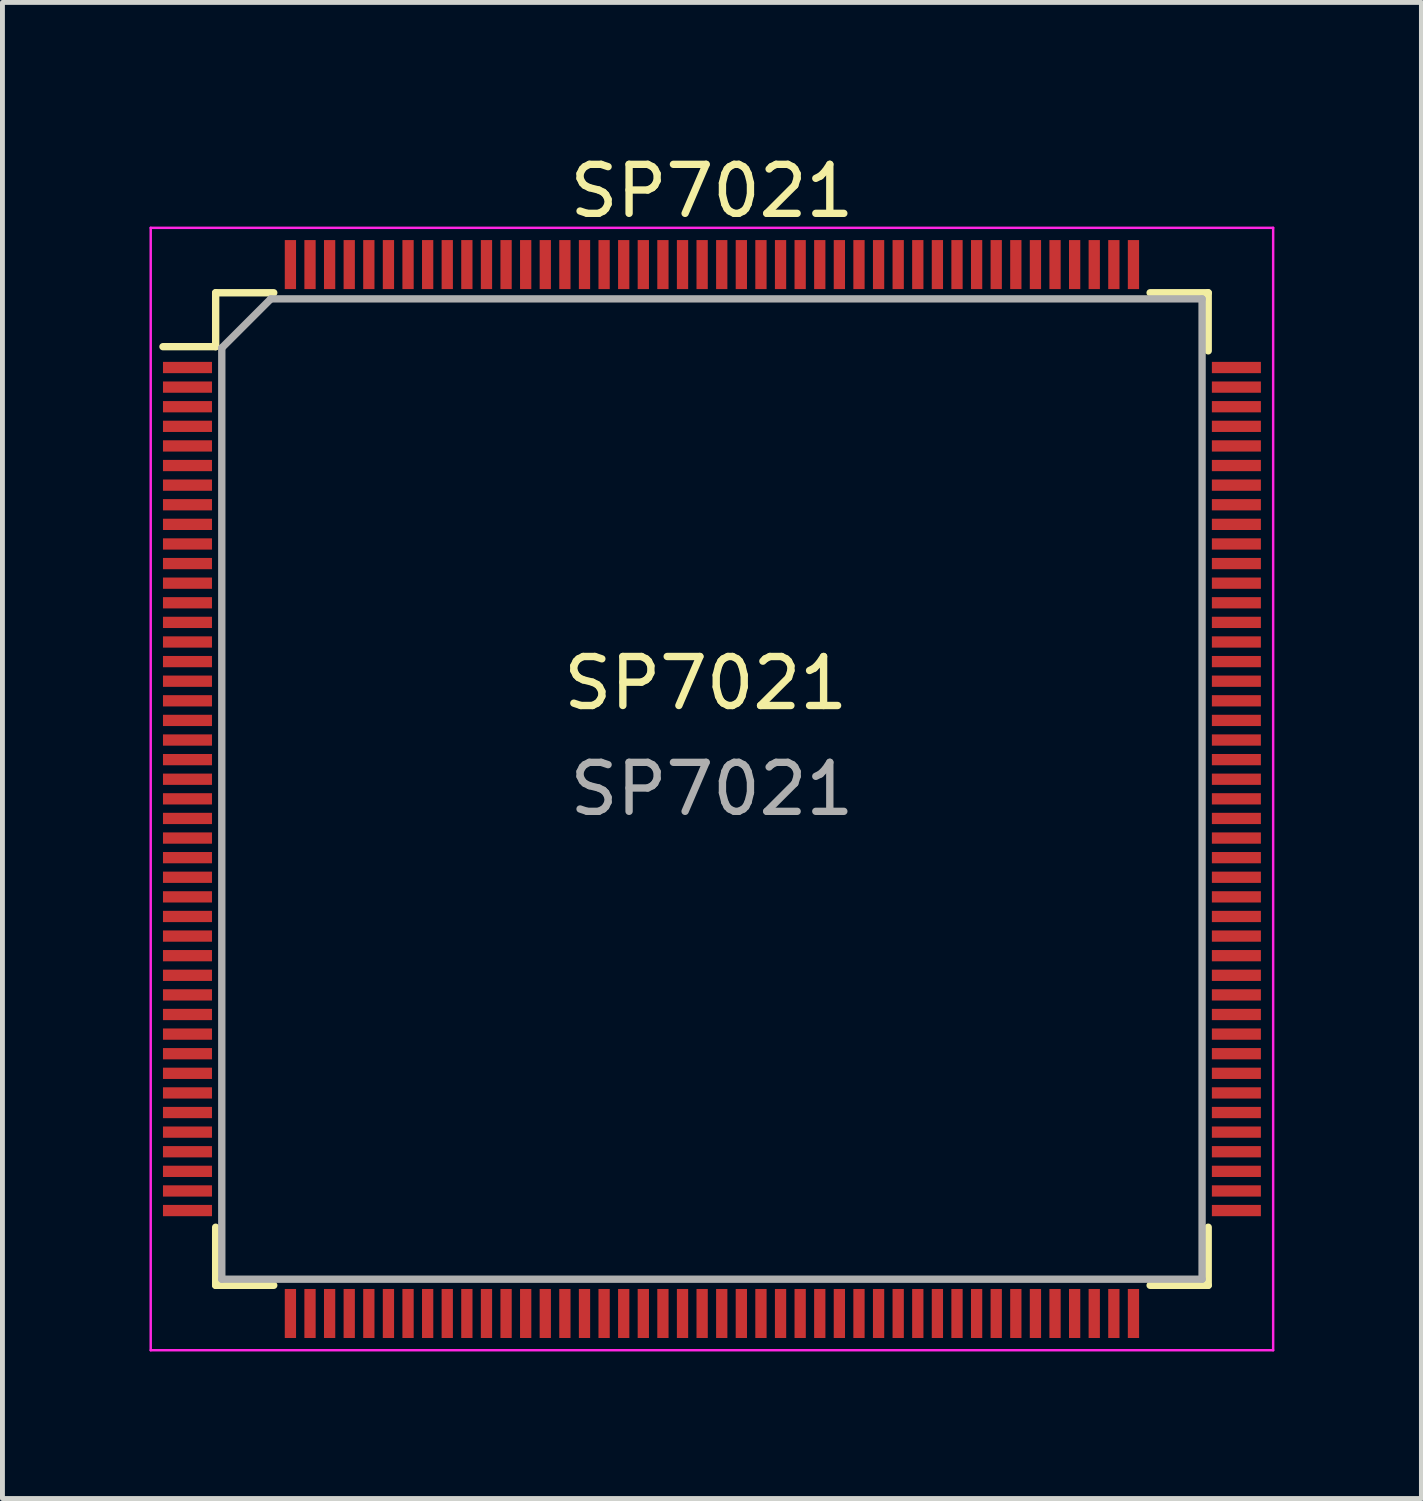
<source format=kicad_pcb>
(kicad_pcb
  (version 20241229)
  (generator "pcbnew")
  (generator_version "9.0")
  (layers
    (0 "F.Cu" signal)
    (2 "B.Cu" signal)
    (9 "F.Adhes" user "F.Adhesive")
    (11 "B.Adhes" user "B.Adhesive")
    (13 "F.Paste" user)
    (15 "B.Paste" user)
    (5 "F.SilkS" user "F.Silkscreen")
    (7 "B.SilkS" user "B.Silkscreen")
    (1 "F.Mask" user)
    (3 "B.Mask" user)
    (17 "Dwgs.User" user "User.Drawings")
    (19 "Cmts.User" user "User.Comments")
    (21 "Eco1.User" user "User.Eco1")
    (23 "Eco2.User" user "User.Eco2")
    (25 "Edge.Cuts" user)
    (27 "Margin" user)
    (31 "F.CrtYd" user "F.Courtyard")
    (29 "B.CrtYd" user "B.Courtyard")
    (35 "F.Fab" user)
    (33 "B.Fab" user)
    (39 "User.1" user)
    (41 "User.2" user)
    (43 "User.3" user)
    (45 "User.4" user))
  (footprint "SP7021"
    (layer "F.Cu")
    (at 11.475 13.048)
    (property "Reference" "SP7021" (at 0 -12.2 0) (layer "F.SilkS") (effects (font (size 1 1) (thickness 0.15))))
    (attr smd)
    (fp_line (start -10.125 -10.125) (end -10.125 -9.025) (stroke (width 0.15) (type solid)) (layer "F.SilkS"))
    (fp_line (start -10.125 -10.125) (end -8.94 -10.125) (stroke (width 0.15) (type solid)) (layer "F.SilkS"))
    (fp_line (start -10.125 -9.025) (end -11.2 -9.025) (stroke (width 0.15) (type solid)) (layer "F.SilkS"))
    (fp_line (start -10.125 10.125) (end -10.125 8.94) (stroke (width 0.15) (type solid)) (layer "F.SilkS"))
    (fp_line (start -10.125 10.125) (end -8.94 10.125) (stroke (width 0.15) (type solid)) (layer "F.SilkS"))
    (fp_line (start 10.125 -10.125) (end 8.94 -10.125) (stroke (width 0.15) (type solid)) (layer "F.SilkS"))
    (fp_line (start 10.125 -10.125) (end 10.125 -8.94) (stroke (width 0.15) (type solid)) (layer "F.SilkS"))
    (fp_line (start 10.125 10.125) (end 8.94 10.125) (stroke (width 0.15) (type solid)) (layer "F.SilkS"))
    (fp_line (start 10.125 10.125) (end 10.125 8.94) (stroke (width 0.15) (type solid)) (layer "F.SilkS"))
    (fp_line (start -11.45 -11.45) (end -11.45 11.45) (stroke (width 0.05) (type solid)) (layer "F.CrtYd"))
    (fp_line (start -11.45 -11.45) (end 11.45 -11.45) (stroke (width 0.05) (type solid)) (layer "F.CrtYd"))
    (fp_line (start -11.45 11.45) (end 11.45 11.45) (stroke (width 0.05) (type solid)) (layer "F.CrtYd"))
    (fp_line (start 11.45 -11.45) (end 11.45 11.45) (stroke (width 0.05) (type solid)) (layer "F.CrtYd"))
    (fp_line (start -10 -9) (end -9 -10) (stroke (width 0.15) (type solid)) (layer "F.Fab"))
    (fp_line (start -10 10) (end -10 -9) (stroke (width 0.15) (type solid)) (layer "F.Fab"))
    (fp_line (start -9 -10) (end 10 -10) (stroke (width 0.15) (type solid)) (layer "F.Fab"))
    (fp_line (start 10 -10) (end 10 10) (stroke (width 0.15) (type solid)) (layer "F.Fab"))
    (fp_line (start 10 10) (end -10 10) (stroke (width 0.15) (type solid)) (layer "F.Fab"))
    (fp_text user "SP7021" (at -0.127 -2.159 0) (layer "F.SilkS") (effects (font (size 1 1) (thickness 0.15))))
    (fp_text user "${REFERENCE}" (at 0 0 0) (layer "F.Fab") (effects (font (size 1 1) (thickness 0.15))))
    (pad "1" smd rect (at -10.7 -8.6) (size 1 0.23) (layers "F.Cu" "F.Mask" "F.Paste"))
    (pad "2" smd rect (at -10.7 -8.2) (size 1 0.23) (layers "F.Cu" "F.Mask" "F.Paste"))
    (pad "3" smd rect (at -10.7 -7.8) (size 1 0.23) (layers "F.Cu" "F.Mask" "F.Paste"))
    (pad "4" smd rect (at -10.7 -7.4) (size 1 0.23) (layers "F.Cu" "F.Mask" "F.Paste"))
    (pad "5" smd rect (at -10.7 -7) (size 1 0.23) (layers "F.Cu" "F.Mask" "F.Paste"))
    (pad "6" smd rect (at -10.7 -6.6) (size 1 0.23) (layers "F.Cu" "F.Mask" "F.Paste"))
    (pad "7" smd rect (at -10.7 -6.2) (size 1 0.23) (layers "F.Cu" "F.Mask" "F.Paste"))
    (pad "8" smd rect (at -10.7 -5.8) (size 1 0.23) (layers "F.Cu" "F.Mask" "F.Paste"))
    (pad "9" smd rect (at -10.7 -5.4) (size 1 0.23) (layers "F.Cu" "F.Mask" "F.Paste"))
    (pad "10" smd rect (at -10.7 -5) (size 1 0.23) (layers "F.Cu" "F.Mask" "F.Paste"))
    (pad "11" smd rect (at -10.7 -4.6) (size 1 0.23) (layers "F.Cu" "F.Mask" "F.Paste"))
    (pad "12" smd rect (at -10.7 -4.2) (size 1 0.23) (layers "F.Cu" "F.Mask" "F.Paste"))
    (pad "13" smd rect (at -10.7 -3.8) (size 1 0.23) (layers "F.Cu" "F.Mask" "F.Paste"))
    (pad "14" smd rect (at -10.7 -3.4) (size 1 0.23) (layers "F.Cu" "F.Mask" "F.Paste"))
    (pad "15" smd rect (at -10.7 -3) (size 1 0.23) (layers "F.Cu" "F.Mask" "F.Paste"))
    (pad "16" smd rect (at -10.7 -2.6) (size 1 0.23) (layers "F.Cu" "F.Mask" "F.Paste"))
    (pad "17" smd rect (at -10.7 -2.2) (size 1 0.23) (layers "F.Cu" "F.Mask" "F.Paste"))
    (pad "18" smd rect (at -10.7 -1.8) (size 1 0.23) (layers "F.Cu" "F.Mask" "F.Paste"))
    (pad "19" smd rect (at -10.7 -1.4) (size 1 0.23) (layers "F.Cu" "F.Mask" "F.Paste"))
    (pad "20" smd rect (at -10.7 -1) (size 1 0.23) (layers "F.Cu" "F.Mask" "F.Paste"))
    (pad "21" smd rect (at -10.7 -0.6) (size 1 0.23) (layers "F.Cu" "F.Mask" "F.Paste"))
    (pad "22" smd rect (at -10.7 -0.2) (size 1 0.23) (layers "F.Cu" "F.Mask" "F.Paste"))
    (pad "23" smd rect (at -10.7 0.2) (size 1 0.23) (layers "F.Cu" "F.Mask" "F.Paste"))
    (pad "24" smd rect (at -10.7 0.6) (size 1 0.23) (layers "F.Cu" "F.Mask" "F.Paste"))
    (pad "25" smd rect (at -10.7 1) (size 1 0.23) (layers "F.Cu" "F.Mask" "F.Paste"))
    (pad "26" smd rect (at -10.7 1.4) (size 1 0.23) (layers "F.Cu" "F.Mask" "F.Paste"))
    (pad "27" smd rect (at -10.7 1.8) (size 1 0.23) (layers "F.Cu" "F.Mask" "F.Paste"))
    (pad "28" smd rect (at -10.7 2.2) (size 1 0.23) (layers "F.Cu" "F.Mask" "F.Paste"))
    (pad "29" smd rect (at -10.7 2.6) (size 1 0.23) (layers "F.Cu" "F.Mask" "F.Paste"))
    (pad "30" smd rect (at -10.7 3) (size 1 0.23) (layers "F.Cu" "F.Mask" "F.Paste"))
    (pad "31" smd rect (at -10.7 3.4) (size 1 0.23) (layers "F.Cu" "F.Mask" "F.Paste"))
    (pad "32" smd rect (at -10.7 3.8) (size 1 0.23) (layers "F.Cu" "F.Mask" "F.Paste"))
    (pad "33" smd rect (at -10.7 4.2) (size 1 0.23) (layers "F.Cu" "F.Mask" "F.Paste"))
    (pad "34" smd rect (at -10.7 4.6) (size 1 0.23) (layers "F.Cu" "F.Mask" "F.Paste"))
    (pad "35" smd rect (at -10.7 5) (size 1 0.23) (layers "F.Cu" "F.Mask" "F.Paste"))
    (pad "36" smd rect (at -10.7 5.4) (size 1 0.23) (layers "F.Cu" "F.Mask" "F.Paste"))
    (pad "37" smd rect (at -10.7 5.8) (size 1 0.23) (layers "F.Cu" "F.Mask" "F.Paste"))
    (pad "38" smd rect (at -10.7 6.2) (size 1 0.23) (layers "F.Cu" "F.Mask" "F.Paste"))
    (pad "39" smd rect (at -10.7 6.6) (size 1 0.23) (layers "F.Cu" "F.Mask" "F.Paste"))
    (pad "40" smd rect (at -10.7 7) (size 1 0.23) (layers "F.Cu" "F.Mask" "F.Paste"))
    (pad "41" smd rect (at -10.7 7.4) (size 1 0.23) (layers "F.Cu" "F.Mask" "F.Paste"))
    (pad "42" smd rect (at -10.7 7.8) (size 1 0.23) (layers "F.Cu" "F.Mask" "F.Paste"))
    (pad "43" smd rect (at -10.7 8.2) (size 1 0.23) (layers "F.Cu" "F.Mask" "F.Paste"))
    (pad "44" smd rect (at -10.7 8.6) (size 1 0.23) (layers "F.Cu" "F.Mask" "F.Paste"))
    (pad "45" smd rect (at -8.6 10.7 90) (size 1 0.23) (layers "F.Cu" "F.Mask" "F.Paste"))
    (pad "46" smd rect (at -8.2 10.7 90) (size 1 0.23) (layers "F.Cu" "F.Mask" "F.Paste"))
    (pad "47" smd rect (at -7.8 10.7 90) (size 1 0.23) (layers "F.Cu" "F.Mask" "F.Paste"))
    (pad "48" smd rect (at -7.4 10.7 90) (size 1 0.23) (layers "F.Cu" "F.Mask" "F.Paste"))
    (pad "49" smd rect (at -7 10.7 90) (size 1 0.23) (layers "F.Cu" "F.Mask" "F.Paste"))
    (pad "50" smd rect (at -6.6 10.7 90) (size 1 0.23) (layers "F.Cu" "F.Mask" "F.Paste"))
    (pad "51" smd rect (at -6.2 10.7 90) (size 1 0.23) (layers "F.Cu" "F.Mask" "F.Paste"))
    (pad "52" smd rect (at -5.8 10.7 90) (size 1 0.23) (layers "F.Cu" "F.Mask" "F.Paste"))
    (pad "53" smd rect (at -5.4 10.7 90) (size 1 0.23) (layers "F.Cu" "F.Mask" "F.Paste"))
    (pad "54" smd rect (at -5 10.7 90) (size 1 0.23) (layers "F.Cu" "F.Mask" "F.Paste"))
    (pad "55" smd rect (at -4.6 10.7 90) (size 1 0.23) (layers "F.Cu" "F.Mask" "F.Paste"))
    (pad "56" smd rect (at -4.2 10.7 90) (size 1 0.23) (layers "F.Cu" "F.Mask" "F.Paste"))
    (pad "57" smd rect (at -3.8 10.7 90) (size 1 0.23) (layers "F.Cu" "F.Mask" "F.Paste"))
    (pad "58" smd rect (at -3.4 10.7 90) (size 1 0.23) (layers "F.Cu" "F.Mask" "F.Paste"))
    (pad "59" smd rect (at -3 10.7 90) (size 1 0.23) (layers "F.Cu" "F.Mask" "F.Paste"))
    (pad "60" smd rect (at -2.6 10.7 90) (size 1 0.23) (layers "F.Cu" "F.Mask" "F.Paste"))
    (pad "61" smd rect (at -2.2 10.7 90) (size 1 0.23) (layers "F.Cu" "F.Mask" "F.Paste"))
    (pad "62" smd rect (at -1.8 10.7 90) (size 1 0.23) (layers "F.Cu" "F.Mask" "F.Paste"))
    (pad "63" smd rect (at -1.4 10.7 90) (size 1 0.23) (layers "F.Cu" "F.Mask" "F.Paste"))
    (pad "64" smd rect (at -1 10.7 90) (size 1 0.23) (layers "F.Cu" "F.Mask" "F.Paste"))
    (pad "65" smd rect (at -0.6 10.7 90) (size 1 0.23) (layers "F.Cu" "F.Mask" "F.Paste"))
    (pad "66" smd rect (at -0.2 10.7 90) (size 1 0.23) (layers "F.Cu" "F.Mask" "F.Paste"))
    (pad "67" smd rect (at 0.2 10.7 90) (size 1 0.23) (layers "F.Cu" "F.Mask" "F.Paste"))
    (pad "68" smd rect (at 0.6 10.7 90) (size 1 0.23) (layers "F.Cu" "F.Mask" "F.Paste"))
    (pad "69" smd rect (at 1 10.7 90) (size 1 0.23) (layers "F.Cu" "F.Mask" "F.Paste"))
    (pad "70" smd rect (at 1.4 10.7 90) (size 1 0.23) (layers "F.Cu" "F.Mask" "F.Paste"))
    (pad "71" smd rect (at 1.8 10.7 90) (size 1 0.23) (layers "F.Cu" "F.Mask" "F.Paste"))
    (pad "72" smd rect (at 2.2 10.7 90) (size 1 0.23) (layers "F.Cu" "F.Mask" "F.Paste"))
    (pad "73" smd rect (at 2.6 10.7 90) (size 1 0.23) (layers "F.Cu" "F.Mask" "F.Paste"))
    (pad "74" smd rect (at 3 10.7 90) (size 1 0.23) (layers "F.Cu" "F.Mask" "F.Paste"))
    (pad "75" smd rect (at 3.4 10.7 90) (size 1 0.23) (layers "F.Cu" "F.Mask" "F.Paste"))
    (pad "76" smd rect (at 3.8 10.7 90) (size 1 0.23) (layers "F.Cu" "F.Mask" "F.Paste"))
    (pad "77" smd rect (at 4.2 10.7 90) (size 1 0.23) (layers "F.Cu" "F.Mask" "F.Paste"))
    (pad "78" smd rect (at 4.6 10.7 90) (size 1 0.23) (layers "F.Cu" "F.Mask" "F.Paste"))
    (pad "79" smd rect (at 5 10.7 90) (size 1 0.23) (layers "F.Cu" "F.Mask" "F.Paste"))
    (pad "80" smd rect (at 5.4 10.7 90) (size 1 0.23) (layers "F.Cu" "F.Mask" "F.Paste"))
    (pad "81" smd rect (at 5.8 10.7 90) (size 1 0.23) (layers "F.Cu" "F.Mask" "F.Paste"))
    (pad "82" smd rect (at 6.2 10.7 90) (size 1 0.23) (layers "F.Cu" "F.Mask" "F.Paste"))
    (pad "83" smd rect (at 6.6 10.7 90) (size 1 0.23) (layers "F.Cu" "F.Mask" "F.Paste"))
    (pad "84" smd rect (at 7 10.7 90) (size 1 0.23) (layers "F.Cu" "F.Mask" "F.Paste"))
    (pad "85" smd rect (at 7.4 10.7 90) (size 1 0.23) (layers "F.Cu" "F.Mask" "F.Paste"))
    (pad "86" smd rect (at 7.8 10.7 90) (size 1 0.23) (layers "F.Cu" "F.Mask" "F.Paste"))
    (pad "87" smd rect (at 8.2 10.7 90) (size 1 0.23) (layers "F.Cu" "F.Mask" "F.Paste"))
    (pad "88" smd rect (at 8.6 10.7 90) (size 1 0.23) (layers "F.Cu" "F.Mask" "F.Paste"))
    (pad "89" smd rect (at 10.7 8.6) (size 1 0.23) (layers "F.Cu" "F.Mask" "F.Paste"))
    (pad "90" smd rect (at 10.7 8.2) (size 1 0.23) (layers "F.Cu" "F.Mask" "F.Paste"))
    (pad "91" smd rect (at 10.7 7.8) (size 1 0.23) (layers "F.Cu" "F.Mask" "F.Paste"))
    (pad "92" smd rect (at 10.7 7.4) (size 1 0.23) (layers "F.Cu" "F.Mask" "F.Paste"))
    (pad "93" smd rect (at 10.7 7) (size 1 0.23) (layers "F.Cu" "F.Mask" "F.Paste"))
    (pad "94" smd rect (at 10.7 6.6) (size 1 0.23) (layers "F.Cu" "F.Mask" "F.Paste"))
    (pad "95" smd rect (at 10.7 6.2) (size 1 0.23) (layers "F.Cu" "F.Mask" "F.Paste"))
    (pad "96" smd rect (at 10.7 5.8) (size 1 0.23) (layers "F.Cu" "F.Mask" "F.Paste"))
    (pad "97" smd rect (at 10.7 5.4) (size 1 0.23) (layers "F.Cu" "F.Mask" "F.Paste"))
    (pad "98" smd rect (at 10.7 5) (size 1 0.23) (layers "F.Cu" "F.Mask" "F.Paste"))
    (pad "99" smd rect (at 10.7 4.6) (size 1 0.23) (layers "F.Cu" "F.Mask" "F.Paste"))
    (pad "100" smd rect (at 10.7 4.2) (size 1 0.23) (layers "F.Cu" "F.Mask" "F.Paste"))
    (pad "101" smd rect (at 10.7 3.8) (size 1 0.23) (layers "F.Cu" "F.Mask" "F.Paste"))
    (pad "102" smd rect (at 10.7 3.4) (size 1 0.23) (layers "F.Cu" "F.Mask" "F.Paste"))
    (pad "103" smd rect (at 10.7 3) (size 1 0.23) (layers "F.Cu" "F.Mask" "F.Paste"))
    (pad "104" smd rect (at 10.7 2.6) (size 1 0.23) (layers "F.Cu" "F.Mask" "F.Paste"))
    (pad "105" smd rect (at 10.7 2.2) (size 1 0.23) (layers "F.Cu" "F.Mask" "F.Paste"))
    (pad "106" smd rect (at 10.7 1.8) (size 1 0.23) (layers "F.Cu" "F.Mask" "F.Paste"))
    (pad "107" smd rect (at 10.7 1.4) (size 1 0.23) (layers "F.Cu" "F.Mask" "F.Paste"))
    (pad "108" smd rect (at 10.7 1) (size 1 0.23) (layers "F.Cu" "F.Mask" "F.Paste"))
    (pad "109" smd rect (at 10.7 0.6) (size 1 0.23) (layers "F.Cu" "F.Mask" "F.Paste"))
    (pad "110" smd rect (at 10.7 0.2) (size 1 0.23) (layers "F.Cu" "F.Mask" "F.Paste"))
    (pad "111" smd rect (at 10.7 -0.2) (size 1 0.23) (layers "F.Cu" "F.Mask" "F.Paste"))
    (pad "112" smd rect (at 10.7 -0.6) (size 1 0.23) (layers "F.Cu" "F.Mask" "F.Paste"))
    (pad "113" smd rect (at 10.7 -1) (size 1 0.23) (layers "F.Cu" "F.Mask" "F.Paste"))
    (pad "114" smd rect (at 10.7 -1.4) (size 1 0.23) (layers "F.Cu" "F.Mask" "F.Paste"))
    (pad "115" smd rect (at 10.7 -1.8) (size 1 0.23) (layers "F.Cu" "F.Mask" "F.Paste"))
    (pad "116" smd rect (at 10.7 -2.2) (size 1 0.23) (layers "F.Cu" "F.Mask" "F.Paste"))
    (pad "117" smd rect (at 10.7 -2.6) (size 1 0.23) (layers "F.Cu" "F.Mask" "F.Paste"))
    (pad "118" smd rect (at 10.7 -3) (size 1 0.23) (layers "F.Cu" "F.Mask" "F.Paste"))
    (pad "119" smd rect (at 10.7 -3.4) (size 1 0.23) (layers "F.Cu" "F.Mask" "F.Paste"))
    (pad "120" smd rect (at 10.7 -3.8) (size 1 0.23) (layers "F.Cu" "F.Mask" "F.Paste"))
    (pad "121" smd rect (at 10.7 -4.2) (size 1 0.23) (layers "F.Cu" "F.Mask" "F.Paste"))
    (pad "122" smd rect (at 10.7 -4.6) (size 1 0.23) (layers "F.Cu" "F.Mask" "F.Paste"))
    (pad "123" smd rect (at 10.7 -5) (size 1 0.23) (layers "F.Cu" "F.Mask" "F.Paste"))
    (pad "124" smd rect (at 10.7 -5.4) (size 1 0.23) (layers "F.Cu" "F.Mask" "F.Paste"))
    (pad "125" smd rect (at 10.7 -5.8) (size 1 0.23) (layers "F.Cu" "F.Mask" "F.Paste"))
    (pad "126" smd rect (at 10.7 -6.2) (size 1 0.23) (layers "F.Cu" "F.Mask" "F.Paste"))
    (pad "127" smd rect (at 10.7 -6.6) (size 1 0.23) (layers "F.Cu" "F.Mask" "F.Paste"))
    (pad "128" smd rect (at 10.7 -7) (size 1 0.23) (layers "F.Cu" "F.Mask" "F.Paste"))
    (pad "129" smd rect (at 10.7 -7.4) (size 1 0.23) (layers "F.Cu" "F.Mask" "F.Paste"))
    (pad "130" smd rect (at 10.7 -7.8) (size 1 0.23) (layers "F.Cu" "F.Mask" "F.Paste"))
    (pad "131" smd rect (at 10.7 -8.2) (size 1 0.23) (layers "F.Cu" "F.Mask" "F.Paste"))
    (pad "132" smd rect (at 10.7 -8.6) (size 1 0.23) (layers "F.Cu" "F.Mask" "F.Paste"))
    (pad "133" smd rect (at 8.6 -10.7 90) (size 1 0.23) (layers "F.Cu" "F.Mask" "F.Paste"))
    (pad "134" smd rect (at 8.2 -10.7 90) (size 1 0.23) (layers "F.Cu" "F.Mask" "F.Paste"))
    (pad "135" smd rect (at 7.8 -10.7 90) (size 1 0.23) (layers "F.Cu" "F.Mask" "F.Paste"))
    (pad "136" smd rect (at 7.4 -10.7 90) (size 1 0.23) (layers "F.Cu" "F.Mask" "F.Paste"))
    (pad "137" smd rect (at 7 -10.7 90) (size 1 0.23) (layers "F.Cu" "F.Mask" "F.Paste"))
    (pad "138" smd rect (at 6.6 -10.7 90) (size 1 0.23) (layers "F.Cu" "F.Mask" "F.Paste"))
    (pad "139" smd rect (at 6.2 -10.7 90) (size 1 0.23) (layers "F.Cu" "F.Mask" "F.Paste"))
    (pad "140" smd rect (at 5.8 -10.7 90) (size 1 0.23) (layers "F.Cu" "F.Mask" "F.Paste"))
    (pad "141" smd rect (at 5.4 -10.7 90) (size 1 0.23) (layers "F.Cu" "F.Mask" "F.Paste"))
    (pad "142" smd rect (at 5 -10.7 90) (size 1 0.23) (layers "F.Cu" "F.Mask" "F.Paste"))
    (pad "143" smd rect (at 4.6 -10.7 90) (size 1 0.23) (layers "F.Cu" "F.Mask" "F.Paste"))
    (pad "144" smd rect (at 4.2 -10.7 90) (size 1 0.23) (layers "F.Cu" "F.Mask" "F.Paste"))
    (pad "145" smd rect (at 3.8 -10.7 90) (size 1 0.23) (layers "F.Cu" "F.Mask" "F.Paste"))
    (pad "146" smd rect (at 3.4 -10.7 90) (size 1 0.23) (layers "F.Cu" "F.Mask" "F.Paste"))
    (pad "147" smd rect (at 3 -10.7 90) (size 1 0.23) (layers "F.Cu" "F.Mask" "F.Paste"))
    (pad "148" smd rect (at 2.6 -10.7 90) (size 1 0.23) (layers "F.Cu" "F.Mask" "F.Paste"))
    (pad "149" smd rect (at 2.2 -10.7 90) (size 1 0.23) (layers "F.Cu" "F.Mask" "F.Paste"))
    (pad "150" smd rect (at 1.8 -10.7 90) (size 1 0.23) (layers "F.Cu" "F.Mask" "F.Paste"))
    (pad "151" smd rect (at 1.4 -10.7 90) (size 1 0.23) (layers "F.Cu" "F.Mask" "F.Paste"))
    (pad "152" smd rect (at 1 -10.7 90) (size 1 0.23) (layers "F.Cu" "F.Mask" "F.Paste"))
    (pad "153" smd rect (at 0.6 -10.7 90) (size 1 0.23) (layers "F.Cu" "F.Mask" "F.Paste"))
    (pad "154" smd rect (at 0.2 -10.7 90) (size 1 0.23) (layers "F.Cu" "F.Mask" "F.Paste"))
    (pad "155" smd rect (at -0.2 -10.7 90) (size 1 0.23) (layers "F.Cu" "F.Mask" "F.Paste"))
    (pad "156" smd rect (at -0.6 -10.7 90) (size 1 0.23) (layers "F.Cu" "F.Mask" "F.Paste"))
    (pad "157" smd rect (at -1 -10.7 90) (size 1 0.23) (layers "F.Cu" "F.Mask" "F.Paste"))
    (pad "158" smd rect (at -1.4 -10.7 90) (size 1 0.23) (layers "F.Cu" "F.Mask" "F.Paste"))
    (pad "159" smd rect (at -1.8 -10.7 90) (size 1 0.23) (layers "F.Cu" "F.Mask" "F.Paste"))
    (pad "160" smd rect (at -2.2 -10.7 90) (size 1 0.23) (layers "F.Cu" "F.Mask" "F.Paste"))
    (pad "161" smd rect (at -2.6 -10.7 90) (size 1 0.23) (layers "F.Cu" "F.Mask" "F.Paste"))
    (pad "162" smd rect (at -3 -10.7 90) (size 1 0.23) (layers "F.Cu" "F.Mask" "F.Paste"))
    (pad "163" smd rect (at -3.4 -10.7 90) (size 1 0.23) (layers "F.Cu" "F.Mask" "F.Paste"))
    (pad "164" smd rect (at -3.8 -10.7 90) (size 1 0.23) (layers "F.Cu" "F.Mask" "F.Paste"))
    (pad "165" smd rect (at -4.2 -10.7 90) (size 1 0.23) (layers "F.Cu" "F.Mask" "F.Paste"))
    (pad "166" smd rect (at -4.6 -10.7 90) (size 1 0.23) (layers "F.Cu" "F.Mask" "F.Paste"))
    (pad "167" smd rect (at -5 -10.7 90) (size 1 0.23) (layers "F.Cu" "F.Mask" "F.Paste"))
    (pad "168" smd rect (at -5.4 -10.7 90) (size 1 0.23) (layers "F.Cu" "F.Mask" "F.Paste"))
    (pad "169" smd rect (at -5.8 -10.7 90) (size 1 0.23) (layers "F.Cu" "F.Mask" "F.Paste"))
    (pad "170" smd rect (at -6.2 -10.7 90) (size 1 0.23) (layers "F.Cu" "F.Mask" "F.Paste"))
    (pad "171" smd rect (at -6.6 -10.7 90) (size 1 0.23) (layers "F.Cu" "F.Mask" "F.Paste"))
    (pad "172" smd rect (at -7 -10.7 90) (size 1 0.23) (layers "F.Cu" "F.Mask" "F.Paste"))
    (pad "173" smd rect (at -7.4 -10.7 90) (size 1 0.23) (layers "F.Cu" "F.Mask" "F.Paste"))
    (pad "174" smd rect (at -7.8 -10.7 90) (size 1 0.23) (layers "F.Cu" "F.Mask" "F.Paste"))
    (pad "175" smd rect (at -8.2 -10.7 90) (size 1 0.23) (layers "F.Cu" "F.Mask" "F.Paste"))
    (pad "176" smd rect (at -8.6 -10.7 90) (size 1 0.23) (layers "F.Cu" "F.Mask" "F.Paste")))
  (gr_rect
    (start -3 -3)
    (end 25.95 27.523)
    (stroke (width 0.1) (type default))
    (fill no)
    (layer "Edge.Cuts")))
</source>
